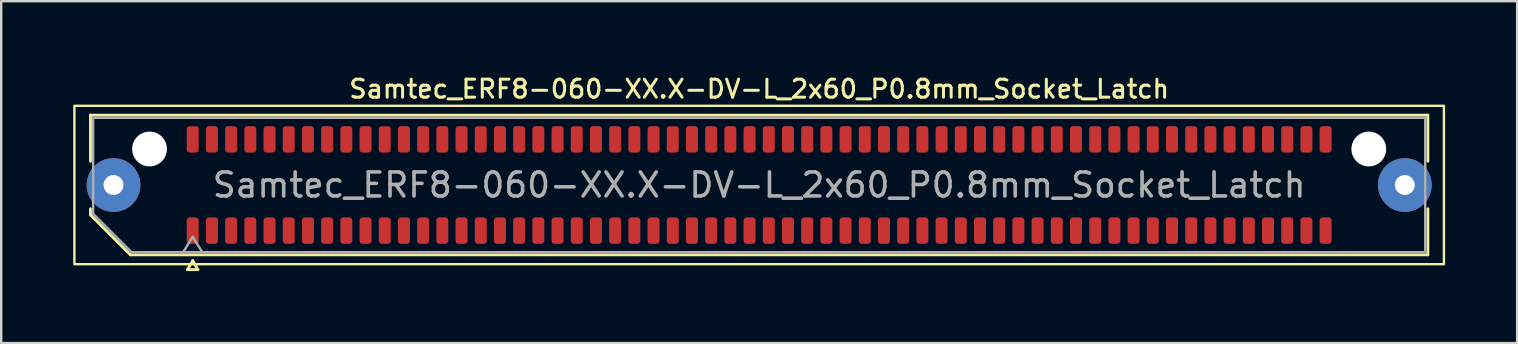
<source format=kicad_pcb>
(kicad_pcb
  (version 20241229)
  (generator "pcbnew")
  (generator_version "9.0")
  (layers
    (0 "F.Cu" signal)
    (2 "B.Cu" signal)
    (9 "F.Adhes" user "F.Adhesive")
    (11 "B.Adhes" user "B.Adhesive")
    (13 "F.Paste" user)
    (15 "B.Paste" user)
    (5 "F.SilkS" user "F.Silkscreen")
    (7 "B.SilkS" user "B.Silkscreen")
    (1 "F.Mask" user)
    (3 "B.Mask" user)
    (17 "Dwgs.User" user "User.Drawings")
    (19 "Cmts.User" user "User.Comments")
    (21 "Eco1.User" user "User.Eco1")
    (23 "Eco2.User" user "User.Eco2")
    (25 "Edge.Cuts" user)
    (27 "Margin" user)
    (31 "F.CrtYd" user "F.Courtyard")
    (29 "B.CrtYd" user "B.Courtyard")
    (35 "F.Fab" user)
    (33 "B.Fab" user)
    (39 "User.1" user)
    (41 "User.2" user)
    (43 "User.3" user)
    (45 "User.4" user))
  (footprint "Samtec_ERF8-060-XX.X-DV-L_2x60_P0.8mm_Socket_Latch"
    (layer "F.Cu")
    (at 28.58 4.658)
    (property "Reference" "Samtec_ERF8-060-XX.X-DV-L_2x60_P0.8mm_Socket_Latch" (at 0 -4 0) (layer "F.SilkS") (effects (font (size 0.75 0.75) (thickness 0.125))))
    (attr smd)
    (fp_line (start -27.86 -2.91) (end 27.86 -2.91) (stroke (width 0.12) (type solid)) (layer "F.SilkS"))
    (fp_line (start -27.86 -0.991) (end -27.86 -2.91) (stroke (width 0.12) (type solid)) (layer "F.SilkS"))
    (fp_line (start -27.86 1.246) (end -27.86 0.991) (stroke (width 0.12) (type solid)) (layer "F.SilkS"))
    (fp_line (start -26.196 2.91) (end -27.86 1.246) (stroke (width 0.12) (type solid)) (layer "F.SilkS"))
    (fp_line (start -23.817 3.525) (end -23.6 3.15) (stroke (width 0.12) (type solid)) (layer "F.SilkS"))
    (fp_line (start -23.6 3.15) (end -23.383 3.525) (stroke (width 0.12) (type solid)) (layer "F.SilkS"))
    (fp_line (start -23.383 3.525) (end -23.817 3.525) (stroke (width 0.12) (type solid)) (layer "F.SilkS"))
    (fp_line (start 27.86 -2.91) (end 27.86 -0.991) (stroke (width 0.12) (type solid)) (layer "F.SilkS"))
    (fp_line (start 27.86 0.991) (end 27.86 2.91) (stroke (width 0.12) (type solid)) (layer "F.SilkS"))
    (fp_line (start 27.86 2.91) (end -26.196 2.91) (stroke (width 0.12) (type solid)) (layer "F.SilkS"))
    (fp_rect (start -28.53 -3.3) (end 28.53 3.3) (stroke (width 0.1) (type solid)) (fill no) (layer "F.SilkS"))
    (fp_line (start -27.75 -2.8) (end 27.75 -2.8) (stroke (width 0.1) (type solid)) (layer "F.Fab"))
    (fp_line (start -27.75 1.2) (end -27.75 -2.8) (stroke (width 0.1) (type solid)) (layer "F.Fab"))
    (fp_line (start -26.15 2.8) (end -27.75 1.2) (stroke (width 0.1) (type solid)) (layer "F.Fab"))
    (fp_line (start -24 2.8) (end -23.6 2.16) (stroke (width 0.1) (type solid)) (layer "F.Fab"))
    (fp_line (start -23.6 2.16) (end -23.2 2.8) (stroke (width 0.1) (type solid)) (layer "F.Fab"))
    (fp_line (start 27.75 -2.8) (end 27.75 2.8) (stroke (width 0.1) (type solid)) (layer "F.Fab"))
    (fp_line (start 27.75 2.8) (end -26.15 2.8) (stroke (width 0.1) (type solid)) (layer "F.Fab"))
    (fp_text user "${REFERENCE}" (at 0 0 0) (layer "F.Fab") (effects (font (size 1 1) (thickness 0.15))))
    (pad "" thru_hole circle (at -26.9 0) (size 2.24 2.24) (drill 0.83) (layers "*.Cu" "*.Mask" "F.Paste"))
    (pad "" np_thru_hole circle (at -25.4 -1.5) (size 1.45 1.45) (drill 1.45) (layers "*.Cu" "*.Mask"))
    (pad "" np_thru_hole circle (at 25.4 -1.5) (size 1.45 1.45) (drill 1.45) (layers "*.Cu" "*.Mask"))
    (pad "" thru_hole circle (at 26.9 0) (size 2.24 2.24) (drill 0.83) (layers "*.Cu" "*.Mask" "F.Paste"))
    (pad "1" smd roundrect (at -23.6 1.9) (size 0.5 1.1) (layers "F.Cu" "F.Mask" "F.Paste") (roundrect_rratio 0.25))
    (pad "2" smd roundrect (at -23.6 -1.9) (size 0.5 1.1) (layers "F.Cu" "F.Mask" "F.Paste") (roundrect_rratio 0.25))
    (pad "3" smd roundrect (at -22.8 1.9) (size 0.5 1.1) (layers "F.Cu" "F.Mask" "F.Paste") (roundrect_rratio 0.25))
    (pad "4" smd roundrect (at -22.8 -1.9) (size 0.5 1.1) (layers "F.Cu" "F.Mask" "F.Paste") (roundrect_rratio 0.25))
    (pad "5" smd roundrect (at -22 1.9) (size 0.5 1.1) (layers "F.Cu" "F.Mask" "F.Paste") (roundrect_rratio 0.25))
    (pad "6" smd roundrect (at -22 -1.9) (size 0.5 1.1) (layers "F.Cu" "F.Mask" "F.Paste") (roundrect_rratio 0.25))
    (pad "7" smd roundrect (at -21.2 1.9) (size 0.5 1.1) (layers "F.Cu" "F.Mask" "F.Paste") (roundrect_rratio 0.25))
    (pad "8" smd roundrect (at -21.2 -1.9) (size 0.5 1.1) (layers "F.Cu" "F.Mask" "F.Paste") (roundrect_rratio 0.25))
    (pad "9" smd roundrect (at -20.4 1.9) (size 0.5 1.1) (layers "F.Cu" "F.Mask" "F.Paste") (roundrect_rratio 0.25))
    (pad "10" smd roundrect (at -20.4 -1.9) (size 0.5 1.1) (layers "F.Cu" "F.Mask" "F.Paste") (roundrect_rratio 0.25))
    (pad "11" smd roundrect (at -19.6 1.9) (size 0.5 1.1) (layers "F.Cu" "F.Mask" "F.Paste") (roundrect_rratio 0.25))
    (pad "12" smd roundrect (at -19.6 -1.9) (size 0.5 1.1) (layers "F.Cu" "F.Mask" "F.Paste") (roundrect_rratio 0.25))
    (pad "13" smd roundrect (at -18.8 1.9) (size 0.5 1.1) (layers "F.Cu" "F.Mask" "F.Paste") (roundrect_rratio 0.25))
    (pad "14" smd roundrect (at -18.8 -1.9) (size 0.5 1.1) (layers "F.Cu" "F.Mask" "F.Paste") (roundrect_rratio 0.25))
    (pad "15" smd roundrect (at -18 1.9) (size 0.5 1.1) (layers "F.Cu" "F.Mask" "F.Paste") (roundrect_rratio 0.25))
    (pad "16" smd roundrect (at -18 -1.9) (size 0.5 1.1) (layers "F.Cu" "F.Mask" "F.Paste") (roundrect_rratio 0.25))
    (pad "17" smd roundrect (at -17.2 1.9) (size 0.5 1.1) (layers "F.Cu" "F.Mask" "F.Paste") (roundrect_rratio 0.25))
    (pad "18" smd roundrect (at -17.2 -1.9) (size 0.5 1.1) (layers "F.Cu" "F.Mask" "F.Paste") (roundrect_rratio 0.25))
    (pad "19" smd roundrect (at -16.4 1.9) (size 0.5 1.1) (layers "F.Cu" "F.Mask" "F.Paste") (roundrect_rratio 0.25))
    (pad "20" smd roundrect (at -16.4 -1.9) (size 0.5 1.1) (layers "F.Cu" "F.Mask" "F.Paste") (roundrect_rratio 0.25))
    (pad "21" smd roundrect (at -15.6 1.9) (size 0.5 1.1) (layers "F.Cu" "F.Mask" "F.Paste") (roundrect_rratio 0.25))
    (pad "22" smd roundrect (at -15.6 -1.9) (size 0.5 1.1) (layers "F.Cu" "F.Mask" "F.Paste") (roundrect_rratio 0.25))
    (pad "23" smd roundrect (at -14.8 1.9) (size 0.5 1.1) (layers "F.Cu" "F.Mask" "F.Paste") (roundrect_rratio 0.25))
    (pad "24" smd roundrect (at -14.8 -1.9) (size 0.5 1.1) (layers "F.Cu" "F.Mask" "F.Paste") (roundrect_rratio 0.25))
    (pad "25" smd roundrect (at -14 1.9) (size 0.5 1.1) (layers "F.Cu" "F.Mask" "F.Paste") (roundrect_rratio 0.25))
    (pad "26" smd roundrect (at -14 -1.9) (size 0.5 1.1) (layers "F.Cu" "F.Mask" "F.Paste") (roundrect_rratio 0.25))
    (pad "27" smd roundrect (at -13.2 1.9) (size 0.5 1.1) (layers "F.Cu" "F.Mask" "F.Paste") (roundrect_rratio 0.25))
    (pad "28" smd roundrect (at -13.2 -1.9) (size 0.5 1.1) (layers "F.Cu" "F.Mask" "F.Paste") (roundrect_rratio 0.25))
    (pad "29" smd roundrect (at -12.4 1.9) (size 0.5 1.1) (layers "F.Cu" "F.Mask" "F.Paste") (roundrect_rratio 0.25))
    (pad "30" smd roundrect (at -12.4 -1.9) (size 0.5 1.1) (layers "F.Cu" "F.Mask" "F.Paste") (roundrect_rratio 0.25))
    (pad "31" smd roundrect (at -11.6 1.9) (size 0.5 1.1) (layers "F.Cu" "F.Mask" "F.Paste") (roundrect_rratio 0.25))
    (pad "32" smd roundrect (at -11.6 -1.9) (size 0.5 1.1) (layers "F.Cu" "F.Mask" "F.Paste") (roundrect_rratio 0.25))
    (pad "33" smd roundrect (at -10.8 1.9) (size 0.5 1.1) (layers "F.Cu" "F.Mask" "F.Paste") (roundrect_rratio 0.25))
    (pad "34" smd roundrect (at -10.8 -1.9) (size 0.5 1.1) (layers "F.Cu" "F.Mask" "F.Paste") (roundrect_rratio 0.25))
    (pad "35" smd roundrect (at -10 1.9) (size 0.5 1.1) (layers "F.Cu" "F.Mask" "F.Paste") (roundrect_rratio 0.25))
    (pad "36" smd roundrect (at -10 -1.9) (size 0.5 1.1) (layers "F.Cu" "F.Mask" "F.Paste") (roundrect_rratio 0.25))
    (pad "37" smd roundrect (at -9.2 1.9) (size 0.5 1.1) (layers "F.Cu" "F.Mask" "F.Paste") (roundrect_rratio 0.25))
    (pad "38" smd roundrect (at -9.2 -1.9) (size 0.5 1.1) (layers "F.Cu" "F.Mask" "F.Paste") (roundrect_rratio 0.25))
    (pad "39" smd roundrect (at -8.4 1.9) (size 0.5 1.1) (layers "F.Cu" "F.Mask" "F.Paste") (roundrect_rratio 0.25))
    (pad "40" smd roundrect (at -8.4 -1.9) (size 0.5 1.1) (layers "F.Cu" "F.Mask" "F.Paste") (roundrect_rratio 0.25))
    (pad "41" smd roundrect (at -7.6 1.9) (size 0.5 1.1) (layers "F.Cu" "F.Mask" "F.Paste") (roundrect_rratio 0.25))
    (pad "42" smd roundrect (at -7.6 -1.9) (size 0.5 1.1) (layers "F.Cu" "F.Mask" "F.Paste") (roundrect_rratio 0.25))
    (pad "43" smd roundrect (at -6.8 1.9) (size 0.5 1.1) (layers "F.Cu" "F.Mask" "F.Paste") (roundrect_rratio 0.25))
    (pad "44" smd roundrect (at -6.8 -1.9) (size 0.5 1.1) (layers "F.Cu" "F.Mask" "F.Paste") (roundrect_rratio 0.25))
    (pad "45" smd roundrect (at -6 1.9) (size 0.5 1.1) (layers "F.Cu" "F.Mask" "F.Paste") (roundrect_rratio 0.25))
    (pad "46" smd roundrect (at -6 -1.9) (size 0.5 1.1) (layers "F.Cu" "F.Mask" "F.Paste") (roundrect_rratio 0.25))
    (pad "47" smd roundrect (at -5.2 1.9) (size 0.5 1.1) (layers "F.Cu" "F.Mask" "F.Paste") (roundrect_rratio 0.25))
    (pad "48" smd roundrect (at -5.2 -1.9) (size 0.5 1.1) (layers "F.Cu" "F.Mask" "F.Paste") (roundrect_rratio 0.25))
    (pad "49" smd roundrect (at -4.4 1.9) (size 0.5 1.1) (layers "F.Cu" "F.Mask" "F.Paste") (roundrect_rratio 0.25))
    (pad "50" smd roundrect (at -4.4 -1.9) (size 0.5 1.1) (layers "F.Cu" "F.Mask" "F.Paste") (roundrect_rratio 0.25))
    (pad "51" smd roundrect (at -3.6 1.9) (size 0.5 1.1) (layers "F.Cu" "F.Mask" "F.Paste") (roundrect_rratio 0.25))
    (pad "52" smd roundrect (at -3.6 -1.9) (size 0.5 1.1) (layers "F.Cu" "F.Mask" "F.Paste") (roundrect_rratio 0.25))
    (pad "53" smd roundrect (at -2.8 1.9) (size 0.5 1.1) (layers "F.Cu" "F.Mask" "F.Paste") (roundrect_rratio 0.25))
    (pad "54" smd roundrect (at -2.8 -1.9) (size 0.5 1.1) (layers "F.Cu" "F.Mask" "F.Paste") (roundrect_rratio 0.25))
    (pad "55" smd roundrect (at -2 1.9) (size 0.5 1.1) (layers "F.Cu" "F.Mask" "F.Paste") (roundrect_rratio 0.25))
    (pad "56" smd roundrect (at -2 -1.9) (size 0.5 1.1) (layers "F.Cu" "F.Mask" "F.Paste") (roundrect_rratio 0.25))
    (pad "57" smd roundrect (at -1.2 1.9) (size 0.5 1.1) (layers "F.Cu" "F.Mask" "F.Paste") (roundrect_rratio 0.25))
    (pad "58" smd roundrect (at -1.2 -1.9) (size 0.5 1.1) (layers "F.Cu" "F.Mask" "F.Paste") (roundrect_rratio 0.25))
    (pad "59" smd roundrect (at -0.4 1.9) (size 0.5 1.1) (layers "F.Cu" "F.Mask" "F.Paste") (roundrect_rratio 0.25))
    (pad "60" smd roundrect (at -0.4 -1.9) (size 0.5 1.1) (layers "F.Cu" "F.Mask" "F.Paste") (roundrect_rratio 0.25))
    (pad "61" smd roundrect (at 0.4 1.9) (size 0.5 1.1) (layers "F.Cu" "F.Mask" "F.Paste") (roundrect_rratio 0.25))
    (pad "62" smd roundrect (at 0.4 -1.9) (size 0.5 1.1) (layers "F.Cu" "F.Mask" "F.Paste") (roundrect_rratio 0.25))
    (pad "63" smd roundrect (at 1.2 1.9) (size 0.5 1.1) (layers "F.Cu" "F.Mask" "F.Paste") (roundrect_rratio 0.25))
    (pad "64" smd roundrect (at 1.2 -1.9) (size 0.5 1.1) (layers "F.Cu" "F.Mask" "F.Paste") (roundrect_rratio 0.25))
    (pad "65" smd roundrect (at 2 1.9) (size 0.5 1.1) (layers "F.Cu" "F.Mask" "F.Paste") (roundrect_rratio 0.25))
    (pad "66" smd roundrect (at 2 -1.9) (size 0.5 1.1) (layers "F.Cu" "F.Mask" "F.Paste") (roundrect_rratio 0.25))
    (pad "67" smd roundrect (at 2.8 1.9) (size 0.5 1.1) (layers "F.Cu" "F.Mask" "F.Paste") (roundrect_rratio 0.25))
    (pad "68" smd roundrect (at 2.8 -1.9) (size 0.5 1.1) (layers "F.Cu" "F.Mask" "F.Paste") (roundrect_rratio 0.25))
    (pad "69" smd roundrect (at 3.6 1.9) (size 0.5 1.1) (layers "F.Cu" "F.Mask" "F.Paste") (roundrect_rratio 0.25))
    (pad "70" smd roundrect (at 3.6 -1.9) (size 0.5 1.1) (layers "F.Cu" "F.Mask" "F.Paste") (roundrect_rratio 0.25))
    (pad "71" smd roundrect (at 4.4 1.9) (size 0.5 1.1) (layers "F.Cu" "F.Mask" "F.Paste") (roundrect_rratio 0.25))
    (pad "72" smd roundrect (at 4.4 -1.9) (size 0.5 1.1) (layers "F.Cu" "F.Mask" "F.Paste") (roundrect_rratio 0.25))
    (pad "73" smd roundrect (at 5.2 1.9) (size 0.5 1.1) (layers "F.Cu" "F.Mask" "F.Paste") (roundrect_rratio 0.25))
    (pad "74" smd roundrect (at 5.2 -1.9) (size 0.5 1.1) (layers "F.Cu" "F.Mask" "F.Paste") (roundrect_rratio 0.25))
    (pad "75" smd roundrect (at 6 1.9) (size 0.5 1.1) (layers "F.Cu" "F.Mask" "F.Paste") (roundrect_rratio 0.25))
    (pad "76" smd roundrect (at 6 -1.9) (size 0.5 1.1) (layers "F.Cu" "F.Mask" "F.Paste") (roundrect_rratio 0.25))
    (pad "77" smd roundrect (at 6.8 1.9) (size 0.5 1.1) (layers "F.Cu" "F.Mask" "F.Paste") (roundrect_rratio 0.25))
    (pad "78" smd roundrect (at 6.8 -1.9) (size 0.5 1.1) (layers "F.Cu" "F.Mask" "F.Paste") (roundrect_rratio 0.25))
    (pad "79" smd roundrect (at 7.6 1.9) (size 0.5 1.1) (layers "F.Cu" "F.Mask" "F.Paste") (roundrect_rratio 0.25))
    (pad "80" smd roundrect (at 7.6 -1.9) (size 0.5 1.1) (layers "F.Cu" "F.Mask" "F.Paste") (roundrect_rratio 0.25))
    (pad "81" smd roundrect (at 8.4 1.9) (size 0.5 1.1) (layers "F.Cu" "F.Mask" "F.Paste") (roundrect_rratio 0.25))
    (pad "82" smd roundrect (at 8.4 -1.9) (size 0.5 1.1) (layers "F.Cu" "F.Mask" "F.Paste") (roundrect_rratio 0.25))
    (pad "83" smd roundrect (at 9.2 1.9) (size 0.5 1.1) (layers "F.Cu" "F.Mask" "F.Paste") (roundrect_rratio 0.25))
    (pad "84" smd roundrect (at 9.2 -1.9) (size 0.5 1.1) (layers "F.Cu" "F.Mask" "F.Paste") (roundrect_rratio 0.25))
    (pad "85" smd roundrect (at 10 1.9) (size 0.5 1.1) (layers "F.Cu" "F.Mask" "F.Paste") (roundrect_rratio 0.25))
    (pad "86" smd roundrect (at 10 -1.9) (size 0.5 1.1) (layers "F.Cu" "F.Mask" "F.Paste") (roundrect_rratio 0.25))
    (pad "87" smd roundrect (at 10.8 1.9) (size 0.5 1.1) (layers "F.Cu" "F.Mask" "F.Paste") (roundrect_rratio 0.25))
    (pad "88" smd roundrect (at 10.8 -1.9) (size 0.5 1.1) (layers "F.Cu" "F.Mask" "F.Paste") (roundrect_rratio 0.25))
    (pad "89" smd roundrect (at 11.6 1.9) (size 0.5 1.1) (layers "F.Cu" "F.Mask" "F.Paste") (roundrect_rratio 0.25))
    (pad "90" smd roundrect (at 11.6 -1.9) (size 0.5 1.1) (layers "F.Cu" "F.Mask" "F.Paste") (roundrect_rratio 0.25))
    (pad "91" smd roundrect (at 12.4 1.9) (size 0.5 1.1) (layers "F.Cu" "F.Mask" "F.Paste") (roundrect_rratio 0.25))
    (pad "92" smd roundrect (at 12.4 -1.9) (size 0.5 1.1) (layers "F.Cu" "F.Mask" "F.Paste") (roundrect_rratio 0.25))
    (pad "93" smd roundrect (at 13.2 1.9) (size 0.5 1.1) (layers "F.Cu" "F.Mask" "F.Paste") (roundrect_rratio 0.25))
    (pad "94" smd roundrect (at 13.2 -1.9) (size 0.5 1.1) (layers "F.Cu" "F.Mask" "F.Paste") (roundrect_rratio 0.25))
    (pad "95" smd roundrect (at 14 1.9) (size 0.5 1.1) (layers "F.Cu" "F.Mask" "F.Paste") (roundrect_rratio 0.25))
    (pad "96" smd roundrect (at 14 -1.9) (size 0.5 1.1) (layers "F.Cu" "F.Mask" "F.Paste") (roundrect_rratio 0.25))
    (pad "97" smd roundrect (at 14.8 1.9) (size 0.5 1.1) (layers "F.Cu" "F.Mask" "F.Paste") (roundrect_rratio 0.25))
    (pad "98" smd roundrect (at 14.8 -1.9) (size 0.5 1.1) (layers "F.Cu" "F.Mask" "F.Paste") (roundrect_rratio 0.25))
    (pad "99" smd roundrect (at 15.6 1.9) (size 0.5 1.1) (layers "F.Cu" "F.Mask" "F.Paste") (roundrect_rratio 0.25))
    (pad "100" smd roundrect (at 15.6 -1.9) (size 0.5 1.1) (layers "F.Cu" "F.Mask" "F.Paste") (roundrect_rratio 0.25))
    (pad "101" smd roundrect (at 16.4 1.9) (size 0.5 1.1) (layers "F.Cu" "F.Mask" "F.Paste") (roundrect_rratio 0.25))
    (pad "102" smd roundrect (at 16.4 -1.9) (size 0.5 1.1) (layers "F.Cu" "F.Mask" "F.Paste") (roundrect_rratio 0.25))
    (pad "103" smd roundrect (at 17.2 1.9) (size 0.5 1.1) (layers "F.Cu" "F.Mask" "F.Paste") (roundrect_rratio 0.25))
    (pad "104" smd roundrect (at 17.2 -1.9) (size 0.5 1.1) (layers "F.Cu" "F.Mask" "F.Paste") (roundrect_rratio 0.25))
    (pad "105" smd roundrect (at 18 1.9) (size 0.5 1.1) (layers "F.Cu" "F.Mask" "F.Paste") (roundrect_rratio 0.25))
    (pad "106" smd roundrect (at 18 -1.9) (size 0.5 1.1) (layers "F.Cu" "F.Mask" "F.Paste") (roundrect_rratio 0.25))
    (pad "107" smd roundrect (at 18.8 1.9) (size 0.5 1.1) (layers "F.Cu" "F.Mask" "F.Paste") (roundrect_rratio 0.25))
    (pad "108" smd roundrect (at 18.8 -1.9) (size 0.5 1.1) (layers "F.Cu" "F.Mask" "F.Paste") (roundrect_rratio 0.25))
    (pad "109" smd roundrect (at 19.6 1.9) (size 0.5 1.1) (layers "F.Cu" "F.Mask" "F.Paste") (roundrect_rratio 0.25))
    (pad "110" smd roundrect (at 19.6 -1.9) (size 0.5 1.1) (layers "F.Cu" "F.Mask" "F.Paste") (roundrect_rratio 0.25))
    (pad "111" smd roundrect (at 20.4 1.9) (size 0.5 1.1) (layers "F.Cu" "F.Mask" "F.Paste") (roundrect_rratio 0.25))
    (pad "112" smd roundrect (at 20.4 -1.9) (size 0.5 1.1) (layers "F.Cu" "F.Mask" "F.Paste") (roundrect_rratio 0.25))
    (pad "113" smd roundrect (at 21.2 1.9) (size 0.5 1.1) (layers "F.Cu" "F.Mask" "F.Paste") (roundrect_rratio 0.25))
    (pad "114" smd roundrect (at 21.2 -1.9) (size 0.5 1.1) (layers "F.Cu" "F.Mask" "F.Paste") (roundrect_rratio 0.25))
    (pad "115" smd roundrect (at 22 1.9) (size 0.5 1.1) (layers "F.Cu" "F.Mask" "F.Paste") (roundrect_rratio 0.25))
    (pad "116" smd roundrect (at 22 -1.9) (size 0.5 1.1) (layers "F.Cu" "F.Mask" "F.Paste") (roundrect_rratio 0.25))
    (pad "117" smd roundrect (at 22.8 1.9) (size 0.5 1.1) (layers "F.Cu" "F.Mask" "F.Paste") (roundrect_rratio 0.25))
    (pad "118" smd roundrect (at 22.8 -1.9) (size 0.5 1.1) (layers "F.Cu" "F.Mask" "F.Paste") (roundrect_rratio 0.25))
    (pad "119" smd roundrect (at 23.6 1.9) (size 0.5 1.1) (layers "F.Cu" "F.Mask" "F.Paste") (roundrect_rratio 0.25))
    (pad "120" smd roundrect (at 23.6 -1.9) (size 0.5 1.1) (layers "F.Cu" "F.Mask" "F.Paste") (roundrect_rratio 0.25)))
  (gr_rect
    (start -3 -3)
    (end 60.16 11.243)
    (stroke (width 0.1) (type default))
    (fill no)
    (layer "Edge.Cuts")))
</source>
